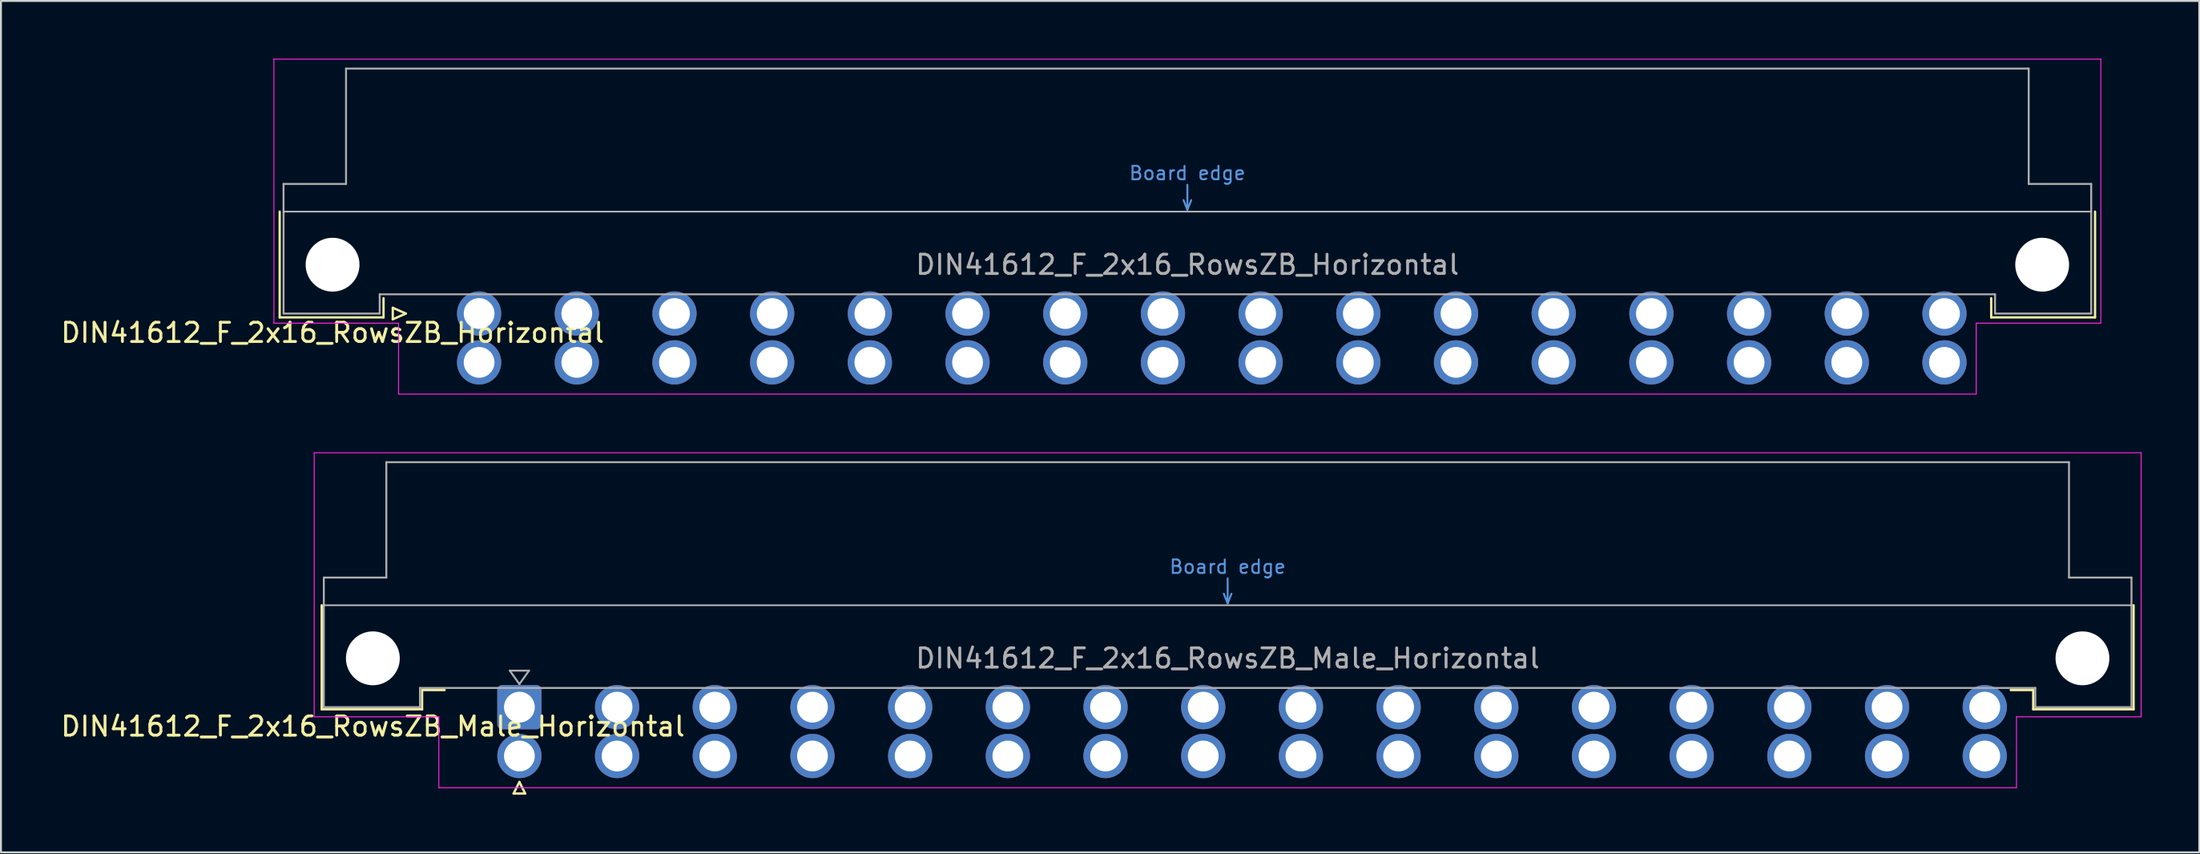
<source format=kicad_pcb>
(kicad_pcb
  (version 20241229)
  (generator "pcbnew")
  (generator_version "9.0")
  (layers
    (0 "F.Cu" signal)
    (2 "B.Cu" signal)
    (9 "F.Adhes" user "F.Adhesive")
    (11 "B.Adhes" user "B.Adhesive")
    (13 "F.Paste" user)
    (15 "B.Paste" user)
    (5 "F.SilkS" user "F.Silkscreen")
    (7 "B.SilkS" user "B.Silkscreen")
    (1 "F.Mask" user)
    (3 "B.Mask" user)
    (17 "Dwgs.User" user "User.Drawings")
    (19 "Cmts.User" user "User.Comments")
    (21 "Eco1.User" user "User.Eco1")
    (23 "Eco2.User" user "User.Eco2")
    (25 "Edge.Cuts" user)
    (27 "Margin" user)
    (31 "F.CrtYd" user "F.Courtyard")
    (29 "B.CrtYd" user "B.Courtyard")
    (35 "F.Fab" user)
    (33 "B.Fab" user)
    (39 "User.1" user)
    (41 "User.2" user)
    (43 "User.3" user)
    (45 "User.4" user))
  (footprint "DIN41612_F_2x16_RowsZB_Horizontal"
    (layer "F.Cu")
    (at 19.324 13.255)
    (property "Reference" "DIN41612_F_2x16_RowsZB_Horizontal" (at -5.08 1 0) (layer "F.SilkS") (effects (font (size 1 1) (thickness 0.15))))
    (attr through_hole)
    (fp_line (start -7.83 -5.3) (end -7.83 0.2) (stroke (width 0.12) (type solid)) (layer "F.SilkS"))
    (fp_line (start -7.83 0.2) (end -2.43 0.2) (stroke (width 0.12) (type solid)) (layer "F.SilkS"))
    (fp_line (start -2.43 0.2) (end -2.43 -0.8) (stroke (width 0.12) (type solid)) (layer "F.SilkS"))
    (fp_line (start -1.95 -0.3) (end -1.95 0.3) (stroke (width 0.12) (type solid)) (layer "F.SilkS"))
    (fp_line (start -1.95 0.3) (end -1.27 0) (stroke (width 0.12) (type solid)) (layer "F.SilkS"))
    (fp_line (start -1.27 0) (end -1.95 -0.3) (stroke (width 0.12) (type solid)) (layer "F.SilkS"))
    (fp_line (start 81.17 0.2) (end 81.17 -0.8) (stroke (width 0.12) (type solid)) (layer "F.SilkS"))
    (fp_line (start 86.57 -5.3) (end 86.57 0.2) (stroke (width 0.12) (type solid)) (layer "F.SilkS"))
    (fp_line (start 86.57 0.2) (end 81.17 0.2) (stroke (width 0.12) (type solid)) (layer "F.SilkS"))
    (fp_line (start -7.63 -5.3) (end 86.37 -5.3) (stroke (width 0.08) (type solid)) (layer "Dwgs.User"))
    (fp_line (start 39.17 -5.9) (end 39.37 -5.4) (stroke (width 0.1) (type solid)) (layer "Cmts.User"))
    (fp_line (start 39.37 -5.4) (end 39.37 -6.7) (stroke (width 0.1) (type solid)) (layer "Cmts.User"))
    (fp_line (start 39.37 -5.4) (end 39.57 -5.9) (stroke (width 0.1) (type solid)) (layer "Cmts.User"))
    (fp_line (start -8.13 -13.23) (end -8.13 0.5) (stroke (width 0.05) (type solid)) (layer "F.CrtYd"))
    (fp_line (start -8.13 0.5) (end -1.65 0.5) (stroke (width 0.05) (type solid)) (layer "F.CrtYd"))
    (fp_line (start -1.65 0.5) (end -1.65 4.19) (stroke (width 0.05) (type solid)) (layer "F.CrtYd"))
    (fp_line (start -1.65 4.19) (end 80.39 4.19) (stroke (width 0.05) (type solid)) (layer "F.CrtYd"))
    (fp_line (start 80.39 0.5) (end 86.87 0.5) (stroke (width 0.05) (type solid)) (layer "F.CrtYd"))
    (fp_line (start 80.39 4.19) (end 80.39 0.5) (stroke (width 0.05) (type solid)) (layer "F.CrtYd"))
    (fp_line (start 86.87 -13.23) (end -8.13 -13.23) (stroke (width 0.05) (type solid)) (layer "F.CrtYd"))
    (fp_line (start 86.87 0.5) (end 86.87 -13.23) (stroke (width 0.05) (type solid)) (layer "F.CrtYd"))
    (fp_line (start -7.63 -6.74) (end -7.63 0) (stroke (width 0.1) (type solid)) (layer "F.Fab"))
    (fp_line (start -7.63 0) (end -2.63 0) (stroke (width 0.1) (type solid)) (layer "F.Fab"))
    (fp_line (start -4.38 -12.74) (end -4.38 -6.74) (stroke (width 0.1) (type solid)) (layer "F.Fab"))
    (fp_line (start -4.38 -6.74) (end -7.63 -6.74) (stroke (width 0.1) (type solid)) (layer "F.Fab"))
    (fp_line (start -2.63 -1) (end 81.37 -1) (stroke (width 0.1) (type solid)) (layer "F.Fab"))
    (fp_line (start -2.63 0) (end -2.63 -1) (stroke (width 0.1) (type solid)) (layer "F.Fab"))
    (fp_line (start 81.37 -1) (end 81.37 0) (stroke (width 0.1) (type solid)) (layer "F.Fab"))
    (fp_line (start 81.37 0) (end 86.37 0) (stroke (width 0.1) (type solid)) (layer "F.Fab"))
    (fp_line (start 83.12 -12.74) (end -4.38 -12.74) (stroke (width 0.1) (type solid)) (layer "F.Fab"))
    (fp_line (start 83.12 -6.74) (end 83.12 -12.74) (stroke (width 0.1) (type solid)) (layer "F.Fab"))
    (fp_line (start 86.37 -6.74) (end 83.12 -6.74) (stroke (width 0.1) (type solid)) (layer "F.Fab"))
    (fp_line (start 86.37 0) (end 86.37 -6.74) (stroke (width 0.1) (type solid)) (layer "F.Fab"))
    (fp_text user "Board edge" (at 39.37 -7.3 0) (layer "Cmts.User") (effects (font (size 0.7 0.7) (thickness 0.1))))
    (fp_text user "${REFERENCE}" (at 39.37 -2.54 0) (layer "F.Fab") (effects (font (size 1 1) (thickness 0.15))))
    (pad "" np_thru_hole circle (at -5.08 -2.54) (size 2.8 2.8) (drill 2.8) (layers "*.Cu" "*.Mask"))
    (pad "" np_thru_hole circle (at 83.82 -2.54) (size 2.8 2.8) (drill 2.8) (layers "*.Cu" "*.Mask"))
    (pad "b2" thru_hole circle (at 2.54 2.54) (size 2.3 2.3) (drill 1.6) (layers "*.Cu" "*.Mask"))
    (pad "b4" thru_hole circle (at 7.62 2.54) (size 2.3 2.3) (drill 1.6) (layers "*.Cu" "*.Mask"))
    (pad "b6" thru_hole circle (at 12.7 2.54) (size 2.3 2.3) (drill 1.6) (layers "*.Cu" "*.Mask"))
    (pad "b8" thru_hole circle (at 17.78 2.54) (size 2.3 2.3) (drill 1.6) (layers "*.Cu" "*.Mask"))
    (pad "b10" thru_hole circle (at 22.86 2.54) (size 2.3 2.3) (drill 1.6) (layers "*.Cu" "*.Mask"))
    (pad "b12" thru_hole circle (at 27.94 2.54) (size 2.3 2.3) (drill 1.6) (layers "*.Cu" "*.Mask"))
    (pad "b14" thru_hole circle (at 33.02 2.54) (size 2.3 2.3) (drill 1.6) (layers "*.Cu" "*.Mask"))
    (pad "b16" thru_hole circle (at 38.1 2.54) (size 2.3 2.3) (drill 1.6) (layers "*.Cu" "*.Mask"))
    (pad "b18" thru_hole circle (at 43.18 2.54) (size 2.3 2.3) (drill 1.6) (layers "*.Cu" "*.Mask"))
    (pad "b20" thru_hole circle (at 48.26 2.54) (size 2.3 2.3) (drill 1.6) (layers "*.Cu" "*.Mask"))
    (pad "b22" thru_hole circle (at 53.34 2.54) (size 2.3 2.3) (drill 1.6) (layers "*.Cu" "*.Mask"))
    (pad "b24" thru_hole circle (at 58.42 2.54) (size 2.3 2.3) (drill 1.6) (layers "*.Cu" "*.Mask"))
    (pad "b26" thru_hole circle (at 63.5 2.54) (size 2.3 2.3) (drill 1.6) (layers "*.Cu" "*.Mask"))
    (pad "b28" thru_hole circle (at 68.58 2.54) (size 2.3 2.3) (drill 1.6) (layers "*.Cu" "*.Mask"))
    (pad "b30" thru_hole circle (at 73.66 2.54) (size 2.3 2.3) (drill 1.6) (layers "*.Cu" "*.Mask"))
    (pad "b32" thru_hole circle (at 78.74 2.54) (size 2.3 2.3) (drill 1.6) (layers "*.Cu" "*.Mask"))
    (pad "z2" thru_hole circle (at 2.54 0) (size 2.3 2.3) (drill 1.6) (layers "*.Cu" "*.Mask"))
    (pad "z4" thru_hole circle (at 7.62 0) (size 2.3 2.3) (drill 1.6) (layers "*.Cu" "*.Mask"))
    (pad "z6" thru_hole circle (at 12.7 0) (size 2.3 2.3) (drill 1.6) (layers "*.Cu" "*.Mask"))
    (pad "z8" thru_hole circle (at 17.78 0) (size 2.3 2.3) (drill 1.6) (layers "*.Cu" "*.Mask"))
    (pad "z10" thru_hole circle (at 22.86 0) (size 2.3 2.3) (drill 1.6) (layers "*.Cu" "*.Mask"))
    (pad "z12" thru_hole circle (at 27.94 0) (size 2.3 2.3) (drill 1.6) (layers "*.Cu" "*.Mask"))
    (pad "z14" thru_hole circle (at 33.02 0) (size 2.3 2.3) (drill 1.6) (layers "*.Cu" "*.Mask"))
    (pad "z16" thru_hole circle (at 38.1 0) (size 2.3 2.3) (drill 1.6) (layers "*.Cu" "*.Mask"))
    (pad "z18" thru_hole circle (at 43.18 0) (size 2.3 2.3) (drill 1.6) (layers "*.Cu" "*.Mask"))
    (pad "z20" thru_hole circle (at 48.26 0) (size 2.3 2.3) (drill 1.6) (layers "*.Cu" "*.Mask"))
    (pad "z22" thru_hole circle (at 53.34 0) (size 2.3 2.3) (drill 1.6) (layers "*.Cu" "*.Mask"))
    (pad "z24" thru_hole circle (at 58.42 0) (size 2.3 2.3) (drill 1.6) (layers "*.Cu" "*.Mask"))
    (pad "z26" thru_hole circle (at 63.5 0) (size 2.3 2.3) (drill 1.6) (layers "*.Cu" "*.Mask"))
    (pad "z28" thru_hole circle (at 68.58 0) (size 2.3 2.3) (drill 1.6) (layers "*.Cu" "*.Mask"))
    (pad "z30" thru_hole circle (at 73.66 0) (size 2.3 2.3) (drill 1.6) (layers "*.Cu" "*.Mask"))
    (pad "z32" thru_hole circle (at 78.74 0) (size 2.3 2.3) (drill 1.6) (layers "*.Cu" "*.Mask")))
  (footprint "DIN41612_F_2x16_RowsZB_Male_Horizontal"
    (layer "F.Cu")
    (at 21.419 33.725)
    (property "Reference" "DIN41612_F_2x16_RowsZB_Male_Horizontal" (at -5.08 1 0) (layer "F.SilkS") (effects (font (size 1 1) (thickness 0.15))))
    (attr through_hole)
    (fp_line (start -7.74 -5.3) (end -7.74 0.11) (stroke (width 0.12) (type solid)) (layer "F.SilkS"))
    (fp_line (start -7.74 0.11) (end -2.52 0.11) (stroke (width 0.12) (type solid)) (layer "F.SilkS"))
    (fp_line (start -2.52 -0.89) (end -1.35 -0.89) (stroke (width 0.12) (type solid)) (layer "F.SilkS"))
    (fp_line (start -2.52 0.11) (end -2.52 -0.89) (stroke (width 0.12) (type solid)) (layer "F.SilkS"))
    (fp_line (start 2.24 4.49) (end 2.84 4.49) (stroke (width 0.12) (type solid)) (layer "F.SilkS"))
    (fp_line (start 2.54 3.89) (end 2.24 4.49) (stroke (width 0.12) (type solid)) (layer "F.SilkS"))
    (fp_line (start 2.84 4.49) (end 2.54 3.89) (stroke (width 0.12) (type solid)) (layer "F.SilkS"))
    (fp_line (start 81.26 -0.89) (end 80.09 -0.89) (stroke (width 0.12) (type solid)) (layer "F.SilkS"))
    (fp_line (start 81.26 0.11) (end 81.26 -0.89) (stroke (width 0.12) (type solid)) (layer "F.SilkS"))
    (fp_line (start 86.48 -5.3) (end 86.48 0.11) (stroke (width 0.12) (type solid)) (layer "F.SilkS"))
    (fp_line (start 86.48 0.11) (end 81.26 0.11) (stroke (width 0.12) (type solid)) (layer "F.SilkS"))
    (fp_line (start -7.63 -5.3) (end 86.37 -5.3) (stroke (width 0.08) (type solid)) (layer "Dwgs.User"))
    (fp_line (start 39.17 -5.9) (end 39.37 -5.4) (stroke (width 0.1) (type solid)) (layer "Cmts.User"))
    (fp_line (start 39.37 -5.4) (end 39.37 -6.7) (stroke (width 0.1) (type solid)) (layer "Cmts.User"))
    (fp_line (start 39.37 -5.4) (end 39.57 -5.9) (stroke (width 0.1) (type solid)) (layer "Cmts.User"))
    (fp_line (start -8.13 -13.23) (end -8.13 0.5) (stroke (width 0.05) (type solid)) (layer "F.CrtYd"))
    (fp_line (start -8.13 0.5) (end -1.65 0.5) (stroke (width 0.05) (type solid)) (layer "F.CrtYd"))
    (fp_line (start -1.65 0.5) (end -1.65 4.19) (stroke (width 0.05) (type solid)) (layer "F.CrtYd"))
    (fp_line (start -1.65 4.19) (end 80.39 4.19) (stroke (width 0.05) (type solid)) (layer "F.CrtYd"))
    (fp_line (start 80.39 0.5) (end 86.87 0.5) (stroke (width 0.05) (type solid)) (layer "F.CrtYd"))
    (fp_line (start 80.39 4.19) (end 80.39 0.5) (stroke (width 0.05) (type solid)) (layer "F.CrtYd"))
    (fp_line (start 86.87 -13.23) (end -8.13 -13.23) (stroke (width 0.05) (type solid)) (layer "F.CrtYd"))
    (fp_line (start 86.87 0.5) (end 86.87 -13.23) (stroke (width 0.05) (type solid)) (layer "F.CrtYd"))
    (fp_line (start -7.63 -6.74) (end -7.63 0) (stroke (width 0.1) (type solid)) (layer "F.Fab"))
    (fp_line (start -7.63 0) (end -2.63 0) (stroke (width 0.1) (type solid)) (layer "F.Fab"))
    (fp_line (start -4.38 -12.74) (end -4.38 -6.74) (stroke (width 0.1) (type solid)) (layer "F.Fab"))
    (fp_line (start -4.38 -6.74) (end -7.63 -6.74) (stroke (width 0.1) (type solid)) (layer "F.Fab"))
    (fp_line (start -2.63 -1) (end 81.37 -1) (stroke (width 0.1) (type solid)) (layer "F.Fab"))
    (fp_line (start -2.63 0) (end -2.63 -1) (stroke (width 0.1) (type solid)) (layer "F.Fab"))
    (fp_line (start 2.04 -1.9) (end 3.04 -1.9) (stroke (width 0.1) (type solid)) (layer "F.Fab"))
    (fp_line (start 2.54 -1.2) (end 2.04 -1.9) (stroke (width 0.1) (type solid)) (layer "F.Fab"))
    (fp_line (start 3.04 -1.9) (end 2.54 -1.2) (stroke (width 0.1) (type solid)) (layer "F.Fab"))
    (fp_line (start 81.37 -1) (end 81.37 0) (stroke (width 0.1) (type solid)) (layer "F.Fab"))
    (fp_line (start 81.37 0) (end 86.37 0) (stroke (width 0.1) (type solid)) (layer "F.Fab"))
    (fp_line (start 83.12 -12.74) (end -4.38 -12.74) (stroke (width 0.1) (type solid)) (layer "F.Fab"))
    (fp_line (start 83.12 -6.74) (end 83.12 -12.74) (stroke (width 0.1) (type solid)) (layer "F.Fab"))
    (fp_line (start 86.37 -6.74) (end 83.12 -6.74) (stroke (width 0.1) (type solid)) (layer "F.Fab"))
    (fp_line (start 86.37 0) (end 86.37 -6.74) (stroke (width 0.1) (type solid)) (layer "F.Fab"))
    (fp_text user "Board edge" (at 39.37 -7.3 0) (layer "Cmts.User") (effects (font (size 0.7 0.7) (thickness 0.1))))
    (fp_text user "${REFERENCE}" (at 39.37 -2.54 0) (layer "F.Fab") (effects (font (size 1 1) (thickness 0.15))))
    (pad "" np_thru_hole circle (at -5.08 -2.54) (size 2.8 2.8) (drill 2.8) (layers "*.Cu" "*.Mask"))
    (pad "" np_thru_hole circle (at 83.82 -2.54) (size 2.8 2.8) (drill 2.8) (layers "*.Cu" "*.Mask"))
    (pad "b2" thru_hole circle (at 2.54 2.54) (size 2.3 2.3) (drill 1.6) (layers "*.Cu" "*.Mask"))
    (pad "b4" thru_hole circle (at 7.62 2.54) (size 2.3 2.3) (drill 1.6) (layers "*.Cu" "*.Mask"))
    (pad "b6" thru_hole circle (at 12.7 2.54) (size 2.3 2.3) (drill 1.6) (layers "*.Cu" "*.Mask"))
    (pad "b8" thru_hole circle (at 17.78 2.54) (size 2.3 2.3) (drill 1.6) (layers "*.Cu" "*.Mask"))
    (pad "b10" thru_hole circle (at 22.86 2.54) (size 2.3 2.3) (drill 1.6) (layers "*.Cu" "*.Mask"))
    (pad "b12" thru_hole circle (at 27.94 2.54) (size 2.3 2.3) (drill 1.6) (layers "*.Cu" "*.Mask"))
    (pad "b14" thru_hole circle (at 33.02 2.54) (size 2.3 2.3) (drill 1.6) (layers "*.Cu" "*.Mask"))
    (pad "b16" thru_hole circle (at 38.1 2.54) (size 2.3 2.3) (drill 1.6) (layers "*.Cu" "*.Mask"))
    (pad "b18" thru_hole circle (at 43.18 2.54) (size 2.3 2.3) (drill 1.6) (layers "*.Cu" "*.Mask"))
    (pad "b20" thru_hole circle (at 48.26 2.54) (size 2.3 2.3) (drill 1.6) (layers "*.Cu" "*.Mask"))
    (pad "b22" thru_hole circle (at 53.34 2.54) (size 2.3 2.3) (drill 1.6) (layers "*.Cu" "*.Mask"))
    (pad "b24" thru_hole circle (at 58.42 2.54) (size 2.3 2.3) (drill 1.6) (layers "*.Cu" "*.Mask"))
    (pad "b26" thru_hole circle (at 63.5 2.54) (size 2.3 2.3) (drill 1.6) (layers "*.Cu" "*.Mask"))
    (pad "b28" thru_hole circle (at 68.58 2.54) (size 2.3 2.3) (drill 1.6) (layers "*.Cu" "*.Mask"))
    (pad "b30" thru_hole circle (at 73.66 2.54) (size 2.3 2.3) (drill 1.6) (layers "*.Cu" "*.Mask"))
    (pad "b32" thru_hole circle (at 78.74 2.54) (size 2.3 2.3) (drill 1.6) (layers "*.Cu" "*.Mask"))
    (pad "z2" thru_hole roundrect (at 2.54 0) (size 2.3 2.3) (drill 1.6) (layers "*.Cu" "*.Mask") (roundrect_rratio 0.109))
    (pad "z4" thru_hole circle (at 7.62 0) (size 2.3 2.3) (drill 1.6) (layers "*.Cu" "*.Mask"))
    (pad "z6" thru_hole circle (at 12.7 0) (size 2.3 2.3) (drill 1.6) (layers "*.Cu" "*.Mask"))
    (pad "z8" thru_hole circle (at 17.78 0) (size 2.3 2.3) (drill 1.6) (layers "*.Cu" "*.Mask"))
    (pad "z10" thru_hole circle (at 22.86 0) (size 2.3 2.3) (drill 1.6) (layers "*.Cu" "*.Mask"))
    (pad "z12" thru_hole circle (at 27.94 0) (size 2.3 2.3) (drill 1.6) (layers "*.Cu" "*.Mask"))
    (pad "z14" thru_hole circle (at 33.02 0) (size 2.3 2.3) (drill 1.6) (layers "*.Cu" "*.Mask"))
    (pad "z16" thru_hole circle (at 38.1 0) (size 2.3 2.3) (drill 1.6) (layers "*.Cu" "*.Mask"))
    (pad "z18" thru_hole circle (at 43.18 0) (size 2.3 2.3) (drill 1.6) (layers "*.Cu" "*.Mask"))
    (pad "z20" thru_hole circle (at 48.26 0) (size 2.3 2.3) (drill 1.6) (layers "*.Cu" "*.Mask"))
    (pad "z22" thru_hole circle (at 53.34 0) (size 2.3 2.3) (drill 1.6) (layers "*.Cu" "*.Mask"))
    (pad "z24" thru_hole circle (at 58.42 0) (size 2.3 2.3) (drill 1.6) (layers "*.Cu" "*.Mask"))
    (pad "z26" thru_hole circle (at 63.5 0) (size 2.3 2.3) (drill 1.6) (layers "*.Cu" "*.Mask"))
    (pad "z28" thru_hole circle (at 68.58 0) (size 2.3 2.3) (drill 1.6) (layers "*.Cu" "*.Mask"))
    (pad "z30" thru_hole circle (at 73.66 0) (size 2.3 2.3) (drill 1.6) (layers "*.Cu" "*.Mask"))
    (pad "z32" thru_hole circle (at 78.74 0) (size 2.3 2.3) (drill 1.6) (layers "*.Cu" "*.Mask")))
  (gr_rect
    (start -3 -3)
    (end 111.314 41.275)
    (stroke (width 0.1) (type default))
    (fill no)
    (layer "Edge.Cuts")))
</source>
